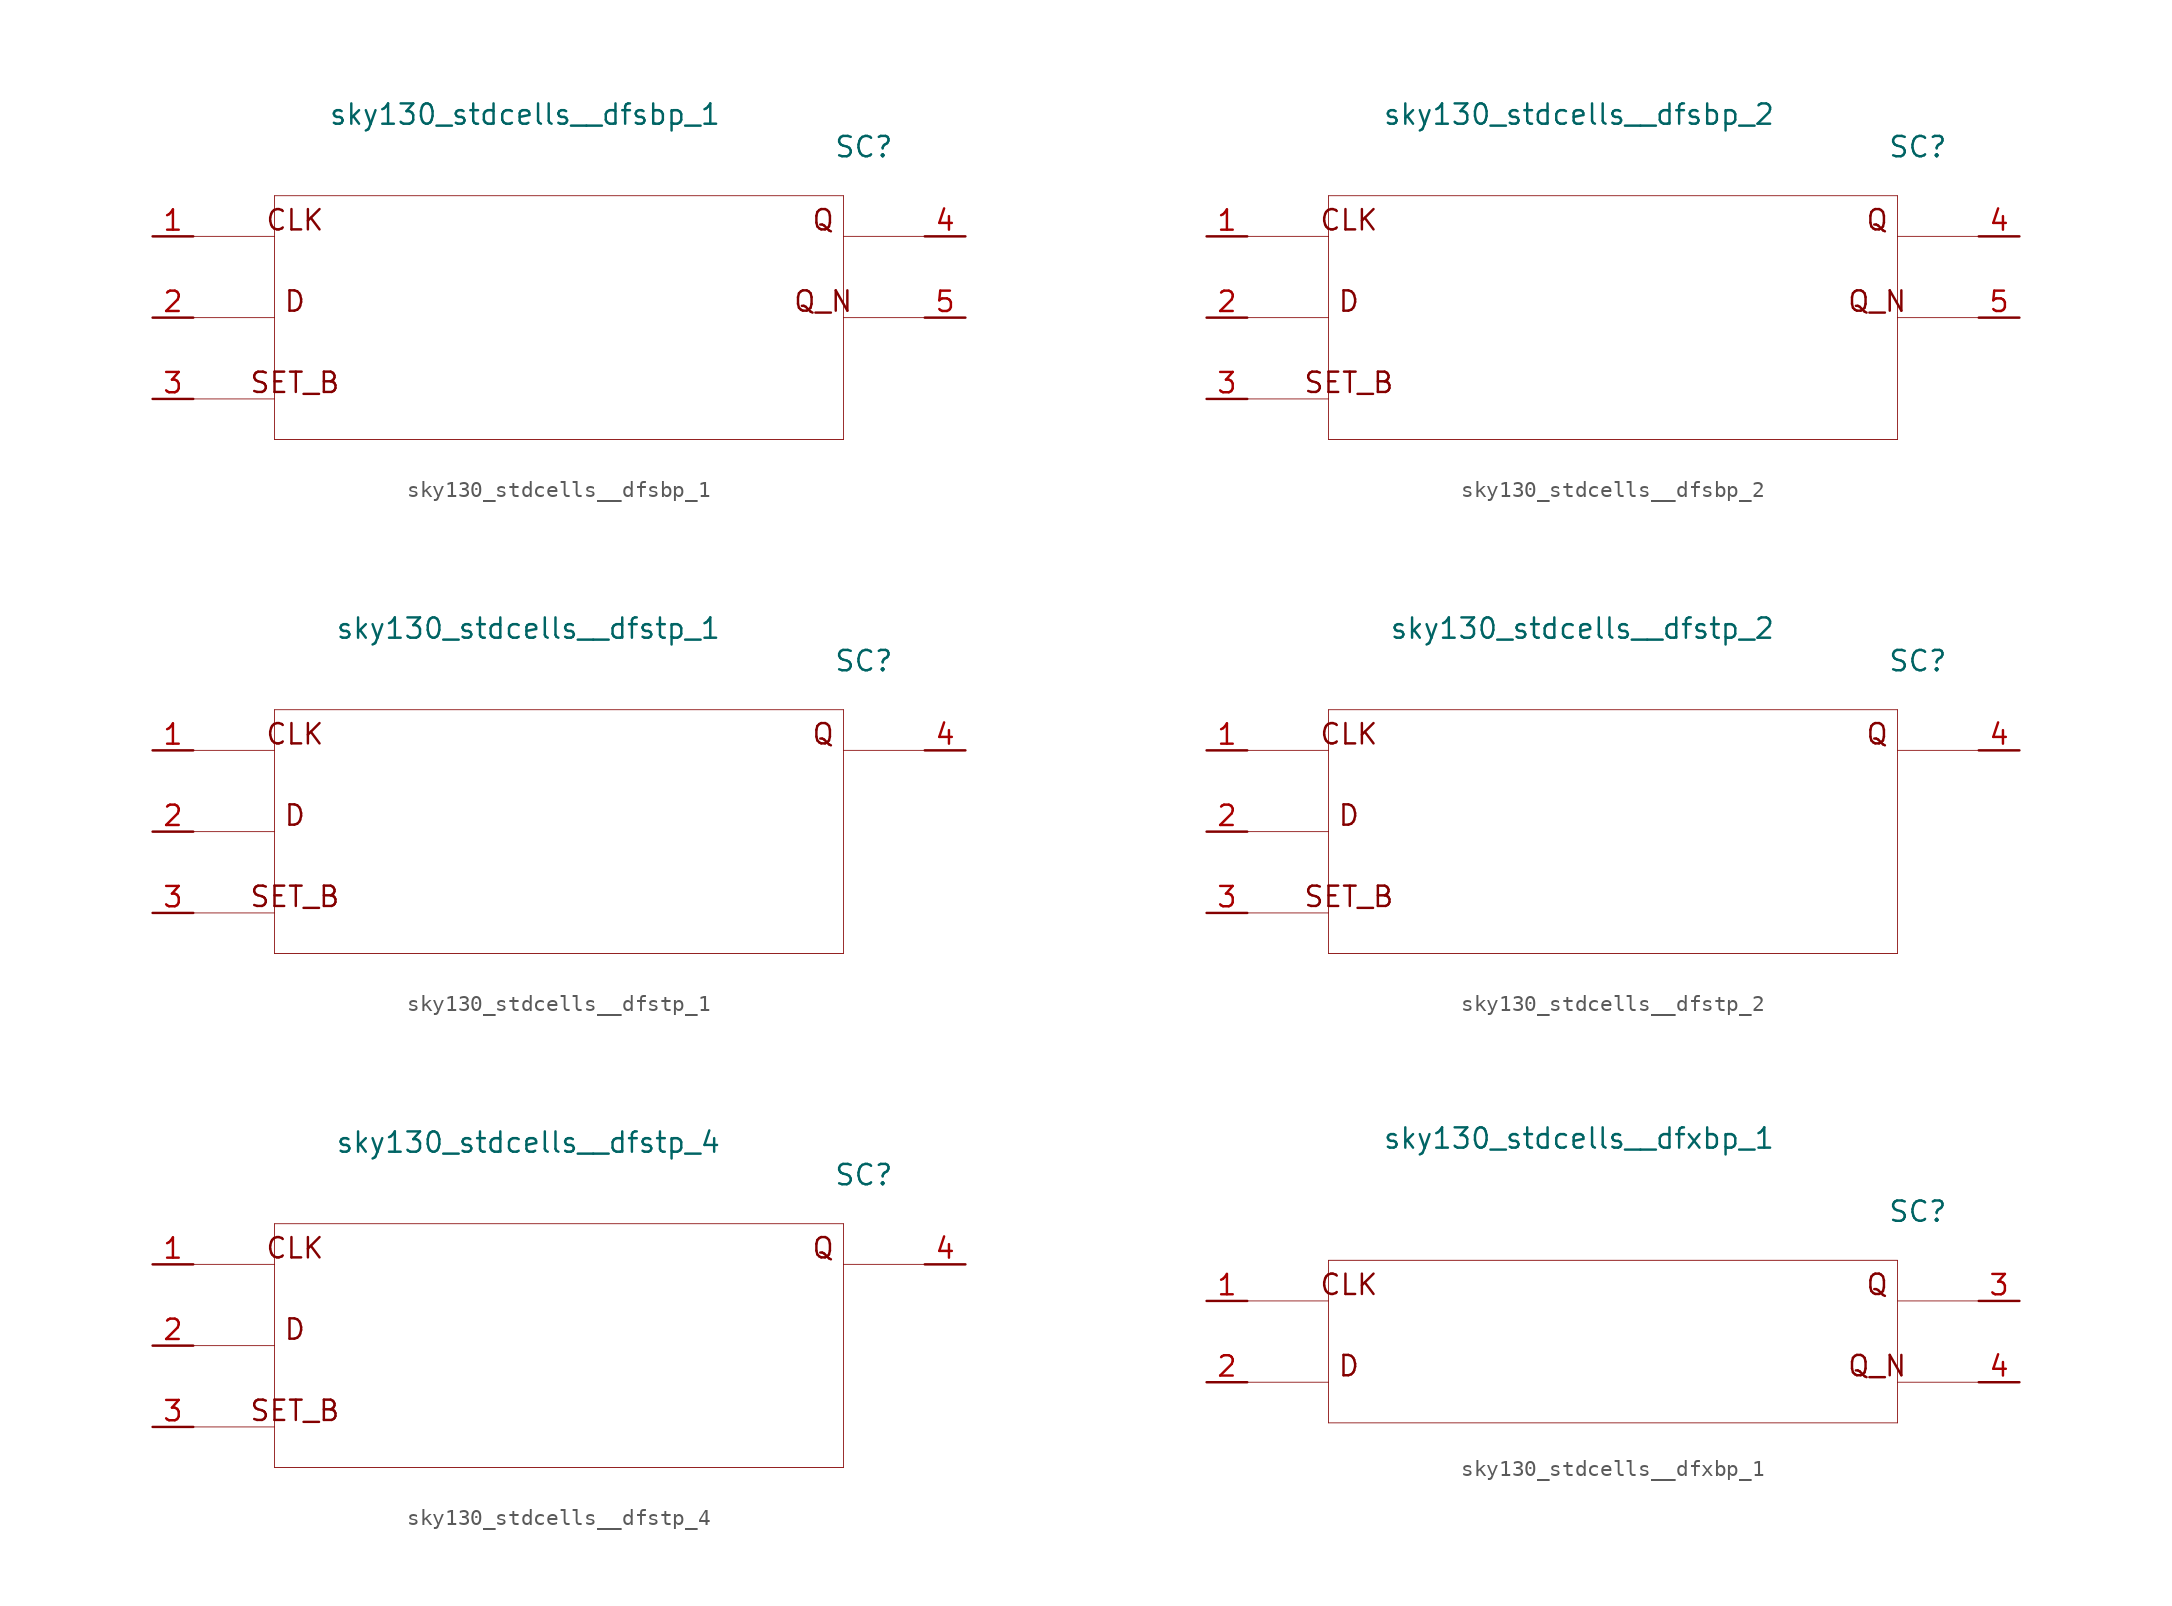
<source format=kicad_sym>
(kicad_symbol_lib
  (version 20211014)
  (generator kicad_symbol_editor)
  (symbol "sky130_stdcells__dfsbp_1"
    (pin_names hide)
    (property "Reference" "SC"
      (at 19.05 10.668 0)
      (effects (font (size 1.27 1.27))))
    (property "Value" "sky130_stdcells__dfsbp_1"
      (at 10.16 12.7 0)
      (effects (font (size 1.27 1.27)) (justify right)))
    (symbol "sky130_stdcells__dfsbp_1_0_0"
      (polyline (pts (xy -22.86 -5.08) (xy -17.78 -5.08)) (stroke (width 0.051) (type default) (color 0 0 0 0)) (fill (type none)))
      (polyline (pts (xy -22.86 0) (xy -17.78 0)) (stroke (width 0.051) (type default) (color 0 0 0 0)) (fill (type none)))
      (polyline (pts (xy -22.86 5.08) (xy -17.78 5.08)) (stroke (width 0.051) (type default) (color 0 0 0 0)) (fill (type none)))
      (polyline (pts (xy -17.78 -7.62) (xy 17.78 -7.62)) (stroke (width 0.051) (type default) (color 0 0 0 0)) (fill (type none)))
      (polyline (pts (xy -17.78 7.62) (xy -17.78 -7.62)) (stroke (width 0.051) (type default) (color 0 0 0 0)) (fill (type none)))
      (polyline (pts (xy -17.78 7.62) (xy 17.78 7.62)) (stroke (width 0.051) (type default) (color 0 0 0 0)) (fill (type none)))
      (polyline (pts (xy 17.78 0) (xy 22.86 0)) (stroke (width 0.051) (type default) (color 0 0 0 0)) (fill (type none)))
      (polyline (pts (xy 17.78 5.08) (xy 22.86 5.08)) (stroke (width 0.051) (type default) (color 0 0 0 0)) (fill (type none)))
      (polyline (pts (xy 17.78 7.62) (xy 17.78 -7.62)) (stroke (width 0.051) (type default) (color 0 0 0 0)) (fill (type none)))
      (text "CLK" (at -16.51 6.096 0) (effects (font (size 1.27 1.27))))
      (text "D" (at -16.51 1.016 0) (effects (font (size 1.27 1.27))))
      (text "Q" (at 16.51 6.096 0) (effects (font (size 1.27 1.27))))
      (text "Q_N" (at 16.51 1.016 0) (effects (font (size 1.27 1.27))))
      (text "SET_B" (at -16.51 -4.064 0) (effects (font (size 1.27 1.27)))))
    (symbol "sky130_stdcells__dfsbp_1_1_1"
      (pin input line (at -25.4 5.08 0) (length 2.54) (name "CLK" (effects (font (size 1.092 1.092)))) (number "1" (effects (font (size 1.27 1.27)))))
      (pin input line (at -25.4 0 0) (length 2.54) (name "D" (effects (font (size 1.092 1.092)))) (number "2" (effects (font (size 1.27 1.27)))))
      (pin input line (at -25.4 -5.08 0) (length 2.54) (name "SET_B" (effects (font (size 1.092 1.092)))) (number "3" (effects (font (size 1.27 1.27)))))
      (pin output line (at 25.4 5.08 180) (length 2.54) (name "Q" (effects (font (size 1.092 1.092)))) (number "4" (effects (font (size 1.27 1.27)))))
      (pin output line (at 25.4 0 180) (length 2.54) (name "Q_N" (effects (font (size 1.092 1.092)))) (number "5" (effects (font (size 1.27 1.27)))))))
  (symbol "sky130_stdcells__dfsbp_2"
    (pin_names hide)
    (property "Reference" "SC"
      (at 19.05 10.668 0)
      (effects (font (size 1.27 1.27))))
    (property "Value" "sky130_stdcells__dfsbp_2"
      (at 10.16 12.7 0)
      (effects (font (size 1.27 1.27)) (justify right)))
    (symbol "sky130_stdcells__dfsbp_2_0_0"
      (polyline (pts (xy -22.86 -5.08) (xy -17.78 -5.08)) (stroke (width 0.051) (type default) (color 0 0 0 0)) (fill (type none)))
      (polyline (pts (xy -22.86 0) (xy -17.78 0)) (stroke (width 0.051) (type default) (color 0 0 0 0)) (fill (type none)))
      (polyline (pts (xy -22.86 5.08) (xy -17.78 5.08)) (stroke (width 0.051) (type default) (color 0 0 0 0)) (fill (type none)))
      (polyline (pts (xy -17.78 -7.62) (xy 17.78 -7.62)) (stroke (width 0.051) (type default) (color 0 0 0 0)) (fill (type none)))
      (polyline (pts (xy -17.78 7.62) (xy -17.78 -7.62)) (stroke (width 0.051) (type default) (color 0 0 0 0)) (fill (type none)))
      (polyline (pts (xy -17.78 7.62) (xy 17.78 7.62)) (stroke (width 0.051) (type default) (color 0 0 0 0)) (fill (type none)))
      (polyline (pts (xy 17.78 0) (xy 22.86 0)) (stroke (width 0.051) (type default) (color 0 0 0 0)) (fill (type none)))
      (polyline (pts (xy 17.78 5.08) (xy 22.86 5.08)) (stroke (width 0.051) (type default) (color 0 0 0 0)) (fill (type none)))
      (polyline (pts (xy 17.78 7.62) (xy 17.78 -7.62)) (stroke (width 0.051) (type default) (color 0 0 0 0)) (fill (type none)))
      (text "CLK" (at -16.51 6.096 0) (effects (font (size 1.27 1.27))))
      (text "D" (at -16.51 1.016 0) (effects (font (size 1.27 1.27))))
      (text "Q" (at 16.51 6.096 0) (effects (font (size 1.27 1.27))))
      (text "Q_N" (at 16.51 1.016 0) (effects (font (size 1.27 1.27))))
      (text "SET_B" (at -16.51 -4.064 0) (effects (font (size 1.27 1.27)))))
    (symbol "sky130_stdcells__dfsbp_2_1_1"
      (pin input line (at -25.4 5.08 0) (length 2.54) (name "CLK" (effects (font (size 1.092 1.092)))) (number "1" (effects (font (size 1.27 1.27)))))
      (pin input line (at -25.4 0 0) (length 2.54) (name "D" (effects (font (size 1.092 1.092)))) (number "2" (effects (font (size 1.27 1.27)))))
      (pin input line (at -25.4 -5.08 0) (length 2.54) (name "SET_B" (effects (font (size 1.092 1.092)))) (number "3" (effects (font (size 1.27 1.27)))))
      (pin output line (at 25.4 5.08 180) (length 2.54) (name "Q" (effects (font (size 1.092 1.092)))) (number "4" (effects (font (size 1.27 1.27)))))
      (pin output line (at 25.4 0 180) (length 2.54) (name "Q_N" (effects (font (size 1.092 1.092)))) (number "5" (effects (font (size 1.27 1.27)))))))
  (symbol "sky130_stdcells__dfstp_1"
    (pin_names hide)
    (property "Reference" "SC"
      (at 19.05 10.668 0)
      (effects (font (size 1.27 1.27))))
    (property "Value" "sky130_stdcells__dfstp_1"
      (at 10.16 12.7 0)
      (effects (font (size 1.27 1.27)) (justify right)))
    (symbol "sky130_stdcells__dfstp_1_0_0"
      (polyline (pts (xy -22.86 -5.08) (xy -17.78 -5.08)) (stroke (width 0.051) (type default) (color 0 0 0 0)) (fill (type none)))
      (polyline (pts (xy -22.86 0) (xy -17.78 0)) (stroke (width 0.051) (type default) (color 0 0 0 0)) (fill (type none)))
      (polyline (pts (xy -22.86 5.08) (xy -17.78 5.08)) (stroke (width 0.051) (type default) (color 0 0 0 0)) (fill (type none)))
      (polyline (pts (xy -17.78 -7.62) (xy 17.78 -7.62)) (stroke (width 0.051) (type default) (color 0 0 0 0)) (fill (type none)))
      (polyline (pts (xy -17.78 7.62) (xy -17.78 -7.62)) (stroke (width 0.051) (type default) (color 0 0 0 0)) (fill (type none)))
      (polyline (pts (xy -17.78 7.62) (xy 17.78 7.62)) (stroke (width 0.051) (type default) (color 0 0 0 0)) (fill (type none)))
      (polyline (pts (xy 17.78 5.08) (xy 22.86 5.08)) (stroke (width 0.051) (type default) (color 0 0 0 0)) (fill (type none)))
      (polyline (pts (xy 17.78 7.62) (xy 17.78 -7.62)) (stroke (width 0.051) (type default) (color 0 0 0 0)) (fill (type none)))
      (text "CLK" (at -16.51 6.096 0) (effects (font (size 1.27 1.27))))
      (text "D" (at -16.51 1.016 0) (effects (font (size 1.27 1.27))))
      (text "Q" (at 16.51 6.096 0) (effects (font (size 1.27 1.27))))
      (text "SET_B" (at -16.51 -4.064 0) (effects (font (size 1.27 1.27)))))
    (symbol "sky130_stdcells__dfstp_1_1_1"
      (pin input line (at -25.4 5.08 0) (length 2.54) (name "CLK" (effects (font (size 1.092 1.092)))) (number "1" (effects (font (size 1.27 1.27)))))
      (pin input line (at -25.4 0 0) (length 2.54) (name "D" (effects (font (size 1.092 1.092)))) (number "2" (effects (font (size 1.27 1.27)))))
      (pin input line (at -25.4 -5.08 0) (length 2.54) (name "SET_B" (effects (font (size 1.092 1.092)))) (number "3" (effects (font (size 1.27 1.27)))))
      (pin output line (at 25.4 5.08 180) (length 2.54) (name "Q" (effects (font (size 1.092 1.092)))) (number "4" (effects (font (size 1.27 1.27)))))))
  (symbol "sky130_stdcells__dfstp_2"
    (pin_names hide)
    (property "Reference" "SC"
      (at 19.05 10.668 0)
      (effects (font (size 1.27 1.27))))
    (property "Value" "sky130_stdcells__dfstp_2"
      (at 10.16 12.7 0)
      (effects (font (size 1.27 1.27)) (justify right)))
    (symbol "sky130_stdcells__dfstp_2_0_0"
      (polyline (pts (xy -22.86 -5.08) (xy -17.78 -5.08)) (stroke (width 0.051) (type default) (color 0 0 0 0)) (fill (type none)))
      (polyline (pts (xy -22.86 0) (xy -17.78 0)) (stroke (width 0.051) (type default) (color 0 0 0 0)) (fill (type none)))
      (polyline (pts (xy -22.86 5.08) (xy -17.78 5.08)) (stroke (width 0.051) (type default) (color 0 0 0 0)) (fill (type none)))
      (polyline (pts (xy -17.78 -7.62) (xy 17.78 -7.62)) (stroke (width 0.051) (type default) (color 0 0 0 0)) (fill (type none)))
      (polyline (pts (xy -17.78 7.62) (xy -17.78 -7.62)) (stroke (width 0.051) (type default) (color 0 0 0 0)) (fill (type none)))
      (polyline (pts (xy -17.78 7.62) (xy 17.78 7.62)) (stroke (width 0.051) (type default) (color 0 0 0 0)) (fill (type none)))
      (polyline (pts (xy 17.78 5.08) (xy 22.86 5.08)) (stroke (width 0.051) (type default) (color 0 0 0 0)) (fill (type none)))
      (polyline (pts (xy 17.78 7.62) (xy 17.78 -7.62)) (stroke (width 0.051) (type default) (color 0 0 0 0)) (fill (type none)))
      (text "CLK" (at -16.51 6.096 0) (effects (font (size 1.27 1.27))))
      (text "D" (at -16.51 1.016 0) (effects (font (size 1.27 1.27))))
      (text "Q" (at 16.51 6.096 0) (effects (font (size 1.27 1.27))))
      (text "SET_B" (at -16.51 -4.064 0) (effects (font (size 1.27 1.27)))))
    (symbol "sky130_stdcells__dfstp_2_1_1"
      (pin input line (at -25.4 5.08 0) (length 2.54) (name "CLK" (effects (font (size 1.092 1.092)))) (number "1" (effects (font (size 1.27 1.27)))))
      (pin input line (at -25.4 0 0) (length 2.54) (name "D" (effects (font (size 1.092 1.092)))) (number "2" (effects (font (size 1.27 1.27)))))
      (pin input line (at -25.4 -5.08 0) (length 2.54) (name "SET_B" (effects (font (size 1.092 1.092)))) (number "3" (effects (font (size 1.27 1.27)))))
      (pin output line (at 25.4 5.08 180) (length 2.54) (name "Q" (effects (font (size 1.092 1.092)))) (number "4" (effects (font (size 1.27 1.27)))))))
  (symbol "sky130_stdcells__dfstp_4"
    (pin_names hide)
    (property "Reference" "SC"
      (at 19.05 10.668 0)
      (effects (font (size 1.27 1.27))))
    (property "Value" "sky130_stdcells__dfstp_4"
      (at 10.16 12.7 0)
      (effects (font (size 1.27 1.27)) (justify right)))
    (symbol "sky130_stdcells__dfstp_4_0_0"
      (polyline (pts (xy -22.86 -5.08) (xy -17.78 -5.08)) (stroke (width 0.051) (type default) (color 0 0 0 0)) (fill (type none)))
      (polyline (pts (xy -22.86 0) (xy -17.78 0)) (stroke (width 0.051) (type default) (color 0 0 0 0)) (fill (type none)))
      (polyline (pts (xy -22.86 5.08) (xy -17.78 5.08)) (stroke (width 0.051) (type default) (color 0 0 0 0)) (fill (type none)))
      (polyline (pts (xy -17.78 -7.62) (xy 17.78 -7.62)) (stroke (width 0.051) (type default) (color 0 0 0 0)) (fill (type none)))
      (polyline (pts (xy -17.78 7.62) (xy -17.78 -7.62)) (stroke (width 0.051) (type default) (color 0 0 0 0)) (fill (type none)))
      (polyline (pts (xy -17.78 7.62) (xy 17.78 7.62)) (stroke (width 0.051) (type default) (color 0 0 0 0)) (fill (type none)))
      (polyline (pts (xy 17.78 5.08) (xy 22.86 5.08)) (stroke (width 0.051) (type default) (color 0 0 0 0)) (fill (type none)))
      (polyline (pts (xy 17.78 7.62) (xy 17.78 -7.62)) (stroke (width 0.051) (type default) (color 0 0 0 0)) (fill (type none)))
      (text "CLK" (at -16.51 6.096 0) (effects (font (size 1.27 1.27))))
      (text "D" (at -16.51 1.016 0) (effects (font (size 1.27 1.27))))
      (text "Q" (at 16.51 6.096 0) (effects (font (size 1.27 1.27))))
      (text "SET_B" (at -16.51 -4.064 0) (effects (font (size 1.27 1.27)))))
    (symbol "sky130_stdcells__dfstp_4_1_1"
      (pin input line (at -25.4 5.08 0) (length 2.54) (name "CLK" (effects (font (size 1.092 1.092)))) (number "1" (effects (font (size 1.27 1.27)))))
      (pin input line (at -25.4 0 0) (length 2.54) (name "D" (effects (font (size 1.092 1.092)))) (number "2" (effects (font (size 1.27 1.27)))))
      (pin input line (at -25.4 -5.08 0) (length 2.54) (name "SET_B" (effects (font (size 1.092 1.092)))) (number "3" (effects (font (size 1.27 1.27)))))
      (pin output line (at 25.4 5.08 180) (length 2.54) (name "Q" (effects (font (size 1.092 1.092)))) (number "4" (effects (font (size 1.27 1.27)))))))
  (symbol "sky130_stdcells__dfxbp_1"
    (pin_names hide)
    (property "Reference" "SC"
      (at 19.05 8.128 0)
      (effects (font (size 1.27 1.27))))
    (property "Value" "sky130_stdcells__dfxbp_1"
      (at 10.16 12.7 0)
      (effects (font (size 1.27 1.27)) (justify right)))
    (symbol "sky130_stdcells__dfxbp_1_0_0"
      (polyline (pts (xy -22.86 -2.54) (xy -17.78 -2.54)) (stroke (width 0.051) (type default) (color 0 0 0 0)) (fill (type none)))
      (polyline (pts (xy -22.86 2.54) (xy -17.78 2.54)) (stroke (width 0.051) (type default) (color 0 0 0 0)) (fill (type none)))
      (polyline (pts (xy -17.78 -5.08) (xy 17.78 -5.08)) (stroke (width 0.051) (type default) (color 0 0 0 0)) (fill (type none)))
      (polyline (pts (xy -17.78 5.08) (xy -17.78 -5.08)) (stroke (width 0.051) (type default) (color 0 0 0 0)) (fill (type none)))
      (polyline (pts (xy -17.78 5.08) (xy 17.78 5.08)) (stroke (width 0.051) (type default) (color 0 0 0 0)) (fill (type none)))
      (polyline (pts (xy 17.78 -2.54) (xy 22.86 -2.54)) (stroke (width 0.051) (type default) (color 0 0 0 0)) (fill (type none)))
      (polyline (pts (xy 17.78 2.54) (xy 22.86 2.54)) (stroke (width 0.051) (type default) (color 0 0 0 0)) (fill (type none)))
      (polyline (pts (xy 17.78 5.08) (xy 17.78 -5.08)) (stroke (width 0.051) (type default) (color 0 0 0 0)) (fill (type none)))
      (text "CLK" (at -16.51 3.556 0) (effects (font (size 1.27 1.27))))
      (text "D" (at -16.51 -1.524 0) (effects (font (size 1.27 1.27))))
      (text "Q" (at 16.51 3.556 0) (effects (font (size 1.27 1.27))))
      (text "Q_N" (at 16.51 -1.524 0) (effects (font (size 1.27 1.27)))))
    (symbol "sky130_stdcells__dfxbp_1_1_1"
      (pin input line (at -25.4 2.54 0) (length 2.54) (name "CLK" (effects (font (size 1.092 1.092)))) (number "1" (effects (font (size 1.27 1.27)))))
      (pin input line (at -25.4 -2.54 0) (length 2.54) (name "D" (effects (font (size 1.092 1.092)))) (number "2" (effects (font (size 1.27 1.27)))))
      (pin output line (at 25.4 2.54 180) (length 2.54) (name "Q" (effects (font (size 1.092 1.092)))) (number "3" (effects (font (size 1.27 1.27)))))
      (pin output line (at 25.4 -2.54 180) (length 2.54) (name "Q_N" (effects (font (size 1.092 1.092)))) (number "4" (effects (font (size 1.27 1.27))))))))
</source>
